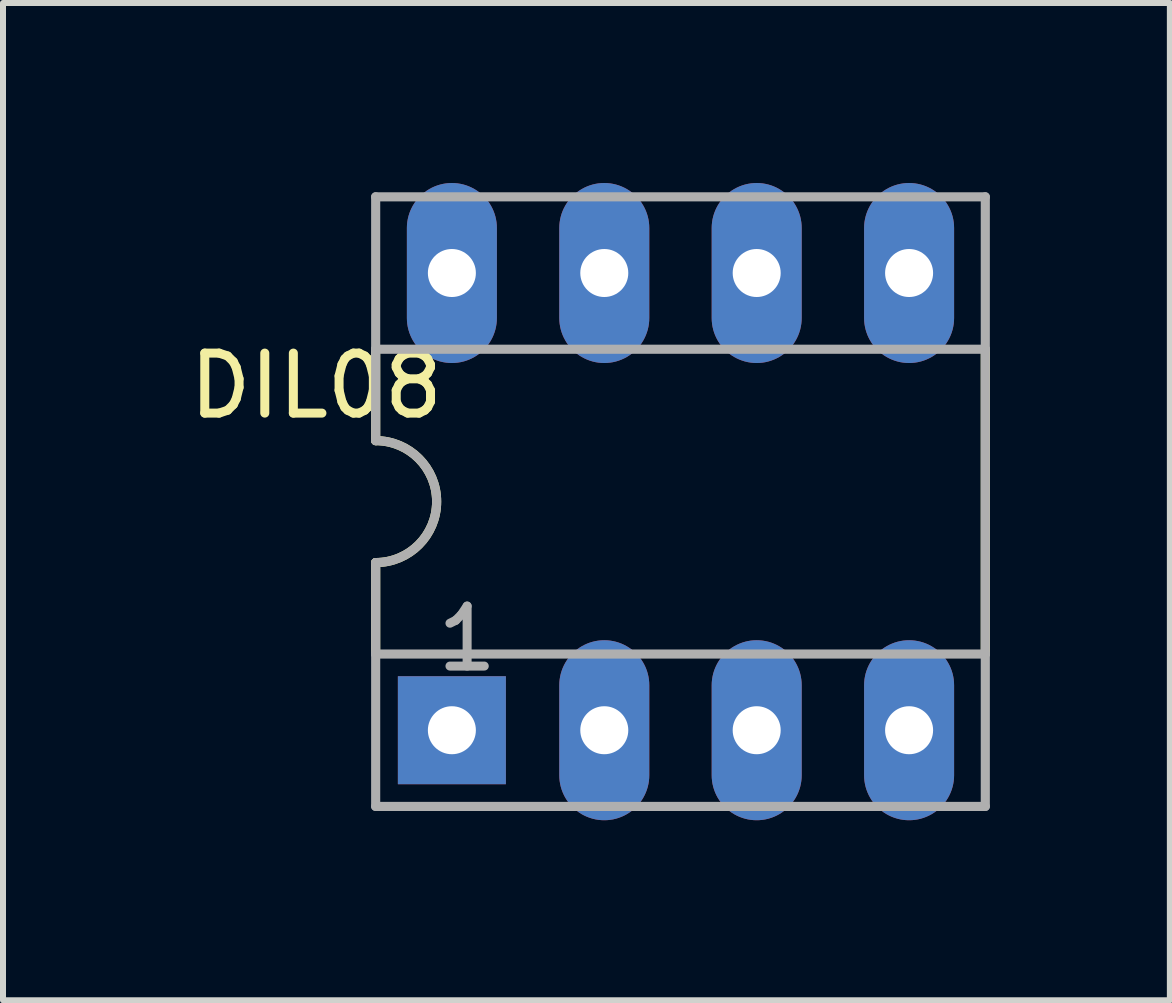
<source format=kicad_pcb>
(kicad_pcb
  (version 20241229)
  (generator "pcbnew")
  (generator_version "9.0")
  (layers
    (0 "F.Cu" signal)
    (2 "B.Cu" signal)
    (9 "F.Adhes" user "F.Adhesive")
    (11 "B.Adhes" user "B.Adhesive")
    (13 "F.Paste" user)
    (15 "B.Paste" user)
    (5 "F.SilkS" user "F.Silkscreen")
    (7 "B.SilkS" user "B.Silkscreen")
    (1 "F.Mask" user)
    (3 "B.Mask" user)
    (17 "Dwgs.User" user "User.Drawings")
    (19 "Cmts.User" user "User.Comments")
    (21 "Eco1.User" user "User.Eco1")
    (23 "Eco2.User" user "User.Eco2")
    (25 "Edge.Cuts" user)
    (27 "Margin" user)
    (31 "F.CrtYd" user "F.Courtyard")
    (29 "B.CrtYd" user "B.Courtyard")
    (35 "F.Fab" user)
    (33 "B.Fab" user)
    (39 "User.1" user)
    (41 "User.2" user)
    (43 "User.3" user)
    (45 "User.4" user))
  (footprint "DIL08"
    (layer "F.Cu")
    (at 8.291 5.31)
    (property "Reference" "DIL08" (at -6.071 -1.93 180) (layer "F.SilkS") (effects (font (size 1 1) (thickness 0.15))))
    (attr through_hole)
    (fp_line (start -5.08 -2.54) (end -5.08 -1.016) (stroke (width 0.152) (type solid)) (layer "F.SilkS"))
    (fp_line (start -5.08 2.54) (end -5.08 1.016) (stroke (width 0.152) (type solid)) (layer "F.SilkS"))
    (fp_line (start 5.08 -2.54) (end 5.08 2.54) (stroke (width 0.152) (type solid)) (layer "F.SilkS"))
    (fp_arc (start -5.08 -1.016) (mid -4.064 0) (end -5.08 1.016) (stroke (width 0.1524) (type solid)) (layer "F.SilkS"))
    (fp_line (start -5.08 -5.08) (end -5.08 -2.54) (stroke (width 0.152) (type solid)) (layer "F.Fab"))
    (fp_line (start -5.08 -2.54) (end -5.08 -1.016) (stroke (width 0.152) (type solid)) (layer "F.Fab"))
    (fp_line (start -5.08 -2.54) (end 5.08 -2.54) (stroke (width 0.152) (type solid)) (layer "F.Fab"))
    (fp_line (start -5.08 2.54) (end -5.08 1.016) (stroke (width 0.152) (type solid)) (layer "F.Fab"))
    (fp_line (start -5.08 2.54) (end 5.08 2.54) (stroke (width 0.152) (type solid)) (layer "F.Fab"))
    (fp_line (start -5.08 5.08) (end -5.08 2.54) (stroke (width 0.152) (type solid)) (layer "F.Fab"))
    (fp_line (start -5.08 5.08) (end 5.08 5.08) (stroke (width 0.152) (type solid)) (layer "F.Fab"))
    (fp_line (start 5.08 -5.08) (end -5.08 -5.08) (stroke (width 0.152) (type solid)) (layer "F.Fab"))
    (fp_line (start 5.08 -5.08) (end 5.08 -2.54) (stroke (width 0.152) (type solid)) (layer "F.Fab"))
    (fp_line (start 5.08 -2.54) (end 5.08 2.54) (stroke (width 0.152) (type solid)) (layer "F.Fab"))
    (fp_line (start 5.08 2.54) (end 5.08 5.08) (stroke (width 0.152) (type solid)) (layer "F.Fab"))
    (fp_arc (start -5.08 -1.016) (mid -4.064 0) (end -5.08 1.016) (stroke (width 0.1524) (type solid)) (layer "F.Fab"))
    (fp_text user "1" (at -3.556 2.286 0) (layer "F.Fab") (effects (font (size 1 1) (thickness 0.15))))
    (pad "1" thru_hole rect (at -3.81 3.81) (size 1.8 1.8) (drill 0.8) (layers "*.Cu" "*.Mask"))
    (pad "2" thru_hole oval (at -1.27 3.81) (size 1.5 3) (drill 0.8) (layers "*.Cu" "*.Mask"))
    (pad "3" thru_hole oval (at 1.27 3.81) (size 1.5 3) (drill 0.8) (layers "*.Cu" "*.Mask"))
    (pad "4" thru_hole oval (at 3.81 3.81) (size 1.5 3) (drill 0.8) (layers "*.Cu" "*.Mask"))
    (pad "5" thru_hole oval (at 3.81 -3.81) (size 1.5 3) (drill 0.8) (layers "*.Cu" "*.Mask"))
    (pad "6" thru_hole oval (at 1.27 -3.81) (size 1.5 3) (drill 0.8) (layers "*.Cu" "*.Mask"))
    (pad "7" thru_hole oval (at -1.27 -3.81) (size 1.5 3) (drill 0.8) (layers "*.Cu" "*.Mask"))
    (pad "8" thru_hole oval (at -3.81 -3.81) (size 1.5 3) (drill 0.8) (layers "*.Cu" "*.Mask")))
  (gr_rect
    (start -3 -3)
    (end 16.447 13.62)
    (stroke (width 0.1) (type default))
    (fill no)
    (layer "Edge.Cuts")))
</source>
